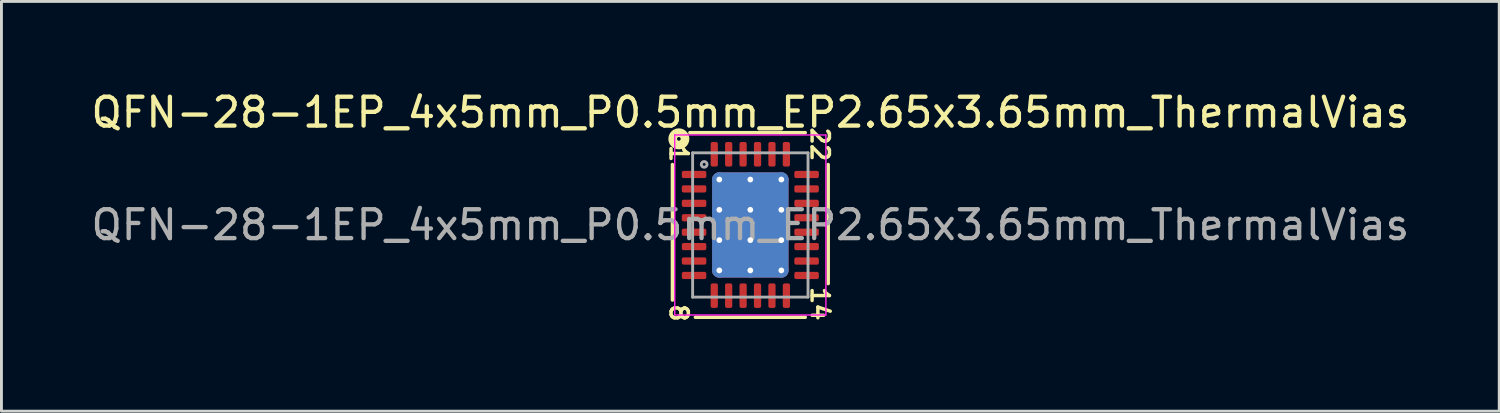
<source format=kicad_pcb>
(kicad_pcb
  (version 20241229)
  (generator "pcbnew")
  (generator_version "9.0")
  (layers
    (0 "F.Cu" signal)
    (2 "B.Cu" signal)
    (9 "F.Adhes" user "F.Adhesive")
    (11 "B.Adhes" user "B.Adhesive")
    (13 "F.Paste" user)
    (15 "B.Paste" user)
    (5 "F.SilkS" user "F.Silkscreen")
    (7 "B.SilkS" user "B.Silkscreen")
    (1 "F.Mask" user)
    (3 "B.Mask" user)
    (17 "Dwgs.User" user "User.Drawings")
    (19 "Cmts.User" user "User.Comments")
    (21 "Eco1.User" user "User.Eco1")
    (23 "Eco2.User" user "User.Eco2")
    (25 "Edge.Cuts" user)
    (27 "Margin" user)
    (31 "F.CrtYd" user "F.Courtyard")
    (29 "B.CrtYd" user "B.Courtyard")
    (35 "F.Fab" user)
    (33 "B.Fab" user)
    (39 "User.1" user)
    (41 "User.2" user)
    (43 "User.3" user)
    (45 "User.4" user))
  (footprint "QFN-28-1EP_4x5mm_P0.5mm_EP2.65x3.65mm_ThermalVias"
    (layer "F.Cu")
    (at 22.958 4.748)
    (property "Reference" "QFN-28-1EP_4x5mm_P0.5mm_EP2.65x3.65mm_ThermalVias" (at 0 -3.9 0) (layer "F.SilkS") (effects (font (size 1 1) (thickness 0.15))))
    (attr smd)
    (fp_line (start -2.7 -2.095) (end -2.7 2.603) (stroke (width 0.12) (type solid)) (layer "F.SilkS"))
    (fp_line (start -1.905 3.2) (end 1.905 3.2) (stroke (width 0.12) (type solid)) (layer "F.SilkS"))
    (fp_line (start 1.905 -3.2) (end -2.095 -3.2) (stroke (width 0.12) (type solid)) (layer "F.SilkS"))
    (fp_line (start 2.7 2.032) (end 2.7 -2.095) (stroke (width 0.12) (type solid)) (layer "F.SilkS"))
    (fp_circle (center -2.477 -2.985) (end -2.413 -2.985) (stroke (width 0.3) (type solid)) (fill no) (layer "F.SilkS"))
    (fp_line (start -2.62 -3.12) (end -2.62 3.12) (stroke (width 0.05) (type solid)) (layer "F.CrtYd"))
    (fp_line (start -2.62 3.12) (end 2.62 3.12) (stroke (width 0.05) (type solid)) (layer "F.CrtYd"))
    (fp_line (start 2.62 -3.12) (end -2.62 -3.12) (stroke (width 0.05) (type solid)) (layer "F.CrtYd"))
    (fp_line (start 2.62 3.12) (end 2.62 -3.12) (stroke (width 0.05) (type solid)) (layer "F.CrtYd"))
    (fp_line (start -2 -2.5) (end 2 -2.5) (stroke (width 0.1) (type solid)) (layer "F.Fab"))
    (fp_line (start -2 2.5) (end -2 -2.5) (stroke (width 0.1) (type solid)) (layer "F.Fab"))
    (fp_line (start 2 -2.5) (end 2 2.5) (stroke (width 0.1) (type solid)) (layer "F.Fab"))
    (fp_line (start 2 2.5) (end -2 2.5) (stroke (width 0.1) (type solid)) (layer "F.Fab"))
    (fp_circle (center -1.6 -2.1) (end -1.5 -2.1) (stroke (width 0.1) (type solid)) (fill no) (layer "F.Fab"))
    (fp_text user "1" (at -2.477 -2.477 270) (unlocked yes) (layer "F.SilkS") (effects (font (size 0.6 0.6) (thickness 0.12))))
    (fp_text user "8" (at -2.477 3.048 270) (unlocked yes) (layer "F.SilkS") (effects (font (size 0.6 0.6) (thickness 0.12))))
    (fp_text user "22" (at 2.413 -2.794 270) (unlocked yes) (layer "F.SilkS") (effects (font (size 0.6 0.6) (thickness 0.12))))
    (fp_text user "14" (at 2.413 2.731 270) (unlocked yes) (layer "F.SilkS") (effects (font (size 0.6 0.6) (thickness 0.12))))
    (fp_text user "${REFERENCE}" (at 0 0 0) (layer "F.Fab") (effects (font (size 1 1) (thickness 0.15))))
    (pad "" smd roundrect (at -0.66 -1.22) (size 1.07 0.98) (layers "F.Paste") (roundrect_rratio 0.25))
    (pad "" smd roundrect (at -0.66 0) (size 1.07 0.98) (layers "F.Paste") (roundrect_rratio 0.25))
    (pad "" smd roundrect (at -0.66 1.22) (size 1.07 0.98) (layers "F.Paste") (roundrect_rratio 0.25))
    (pad "" smd roundrect (at 0.66 -1.22) (size 1.07 0.98) (layers "F.Paste") (roundrect_rratio 0.25))
    (pad "" smd roundrect (at 0.66 0) (size 1.07 0.98) (layers "F.Paste") (roundrect_rratio 0.25))
    (pad "" smd roundrect (at 0.66 1.22) (size 1.07 0.98) (layers "F.Paste") (roundrect_rratio 0.25))
    (pad "1" smd roundrect (at -1.95 -1.75) (size 0.85 0.25) (layers "F.Cu" "F.Mask" "F.Paste") (roundrect_rratio 0.25))
    (pad "2" smd roundrect (at -1.95 -1.25) (size 0.85 0.25) (layers "F.Cu" "F.Mask" "F.Paste") (roundrect_rratio 0.25))
    (pad "3" smd roundrect (at -1.95 -0.75) (size 0.85 0.25) (layers "F.Cu" "F.Mask" "F.Paste") (roundrect_rratio 0.25))
    (pad "4" smd roundrect (at -1.95 -0.25) (size 0.85 0.25) (layers "F.Cu" "F.Mask" "F.Paste") (roundrect_rratio 0.25))
    (pad "5" smd roundrect (at -1.95 0.25) (size 0.85 0.25) (layers "F.Cu" "F.Mask" "F.Paste") (roundrect_rratio 0.25))
    (pad "6" smd roundrect (at -1.95 0.75) (size 0.85 0.25) (layers "F.Cu" "F.Mask" "F.Paste") (roundrect_rratio 0.25))
    (pad "7" smd roundrect (at -1.95 1.25) (size 0.85 0.25) (layers "F.Cu" "F.Mask" "F.Paste") (roundrect_rratio 0.25))
    (pad "8" smd roundrect (at -1.95 1.75) (size 0.85 0.25) (layers "F.Cu" "F.Mask" "F.Paste") (roundrect_rratio 0.25))
    (pad "9" smd roundrect (at -1.25 2.45) (size 0.25 0.85) (layers "F.Cu" "F.Mask" "F.Paste") (roundrect_rratio 0.25))
    (pad "10" smd roundrect (at -0.75 2.45) (size 0.25 0.85) (layers "F.Cu" "F.Mask" "F.Paste") (roundrect_rratio 0.25))
    (pad "11" smd roundrect (at -0.25 2.45) (size 0.25 0.85) (layers "F.Cu" "F.Mask" "F.Paste") (roundrect_rratio 0.25))
    (pad "12" smd roundrect (at 0.25 2.45) (size 0.25 0.85) (layers "F.Cu" "F.Mask" "F.Paste") (roundrect_rratio 0.25))
    (pad "13" smd roundrect (at 0.75 2.45) (size 0.25 0.85) (layers "F.Cu" "F.Mask" "F.Paste") (roundrect_rratio 0.25))
    (pad "14" smd roundrect (at 1.25 2.45) (size 0.25 0.85) (layers "F.Cu" "F.Mask" "F.Paste") (roundrect_rratio 0.25))
    (pad "15" smd roundrect (at 1.95 1.75) (size 0.85 0.25) (layers "F.Cu" "F.Mask" "F.Paste") (roundrect_rratio 0.25))
    (pad "16" smd roundrect (at 1.95 1.25) (size 0.85 0.25) (layers "F.Cu" "F.Mask" "F.Paste") (roundrect_rratio 0.25))
    (pad "17" smd roundrect (at 1.95 0.75) (size 0.85 0.25) (layers "F.Cu" "F.Mask" "F.Paste") (roundrect_rratio 0.25))
    (pad "18" smd roundrect (at 1.95 0.25) (size 0.85 0.25) (layers "F.Cu" "F.Mask" "F.Paste") (roundrect_rratio 0.25))
    (pad "19" smd roundrect (at 1.95 -0.25) (size 0.85 0.25) (layers "F.Cu" "F.Mask" "F.Paste") (roundrect_rratio 0.25))
    (pad "20" smd roundrect (at 1.95 -0.75) (size 0.85 0.25) (layers "F.Cu" "F.Mask" "F.Paste") (roundrect_rratio 0.25))
    (pad "21" smd roundrect (at 1.95 -1.25) (size 0.85 0.25) (layers "F.Cu" "F.Mask" "F.Paste") (roundrect_rratio 0.25))
    (pad "22" smd roundrect (at 1.95 -1.75) (size 0.85 0.25) (layers "F.Cu" "F.Mask" "F.Paste") (roundrect_rratio 0.25))
    (pad "23" smd roundrect (at 1.25 -2.45) (size 0.25 0.85) (layers "F.Cu" "F.Mask" "F.Paste") (roundrect_rratio 0.25))
    (pad "24" smd roundrect (at 0.75 -2.45) (size 0.25 0.85) (layers "F.Cu" "F.Mask" "F.Paste") (roundrect_rratio 0.25))
    (pad "25" smd roundrect (at 0.25 -2.45) (size 0.25 0.85) (layers "F.Cu" "F.Mask" "F.Paste") (roundrect_rratio 0.25))
    (pad "26" smd roundrect (at -0.25 -2.45) (size 0.25 0.85) (layers "F.Cu" "F.Mask" "F.Paste") (roundrect_rratio 0.25))
    (pad "27" smd roundrect (at -0.75 -2.45) (size 0.25 0.85) (layers "F.Cu" "F.Mask" "F.Paste") (roundrect_rratio 0.25))
    (pad "28" smd roundrect (at -1.25 -2.45) (size 0.25 0.85) (layers "F.Cu" "F.Mask" "F.Paste") (roundrect_rratio 0.25))
    (pad "29" thru_hole circle (at -1.075 -1.575) (size 0.5 0.5) (drill 0.2) (property pad_prop_heatsink) (layers "*.Cu"))
    (pad "29" thru_hole circle (at -1.075 -0.525) (size 0.5 0.5) (drill 0.2) (property pad_prop_heatsink) (layers "*.Cu"))
    (pad "29" thru_hole circle (at -1.075 0.525) (size 0.5 0.5) (drill 0.2) (property pad_prop_heatsink) (layers "*.Cu"))
    (pad "29" thru_hole circle (at -1.075 1.575) (size 0.5 0.5) (drill 0.2) (property pad_prop_heatsink) (layers "*.Cu"))
    (pad "29" thru_hole circle (at 0 -1.575) (size 0.5 0.5) (drill 0.2) (property pad_prop_heatsink) (layers "*.Cu"))
    (pad "29" thru_hole circle (at 0 -0.525) (size 0.5 0.5) (drill 0.2) (property pad_prop_heatsink) (layers "*.Cu"))
    (pad "29" smd roundrect (at 0 0) (size 2.65 3.65) (layers "F.Cu" "F.Mask") (roundrect_rratio 0.094))
    (pad "29" smd roundrect (at 0 0) (size 2.65 3.65) (layers "B.Cu" "B.Mask") (roundrect_rratio 0.094))
    (pad "29" thru_hole circle (at 0 0.525) (size 0.5 0.5) (drill 0.2) (property pad_prop_heatsink) (layers "*.Cu"))
    (pad "29" thru_hole circle (at 0 1.575) (size 0.5 0.5) (drill 0.2) (property pad_prop_heatsink) (layers "*.Cu"))
    (pad "29" thru_hole circle (at 1.075 -1.575) (size 0.5 0.5) (drill 0.2) (property pad_prop_heatsink) (layers "*.Cu"))
    (pad "29" thru_hole circle (at 1.075 -0.525) (size 0.5 0.5) (drill 0.2) (property pad_prop_heatsink) (layers "*.Cu"))
    (pad "29" thru_hole circle (at 1.075 0.525) (size 0.5 0.5) (drill 0.2) (property pad_prop_heatsink) (layers "*.Cu"))
    (pad "29" thru_hole circle (at 1.075 1.575) (size 0.5 0.5) (drill 0.2) (property pad_prop_heatsink) (layers "*.Cu")))
  (gr_rect
    (start -3 -3)
    (end 48.917 11.202)
    (stroke (width 0.1) (type default))
    (fill no)
    (layer "Edge.Cuts")))
</source>
